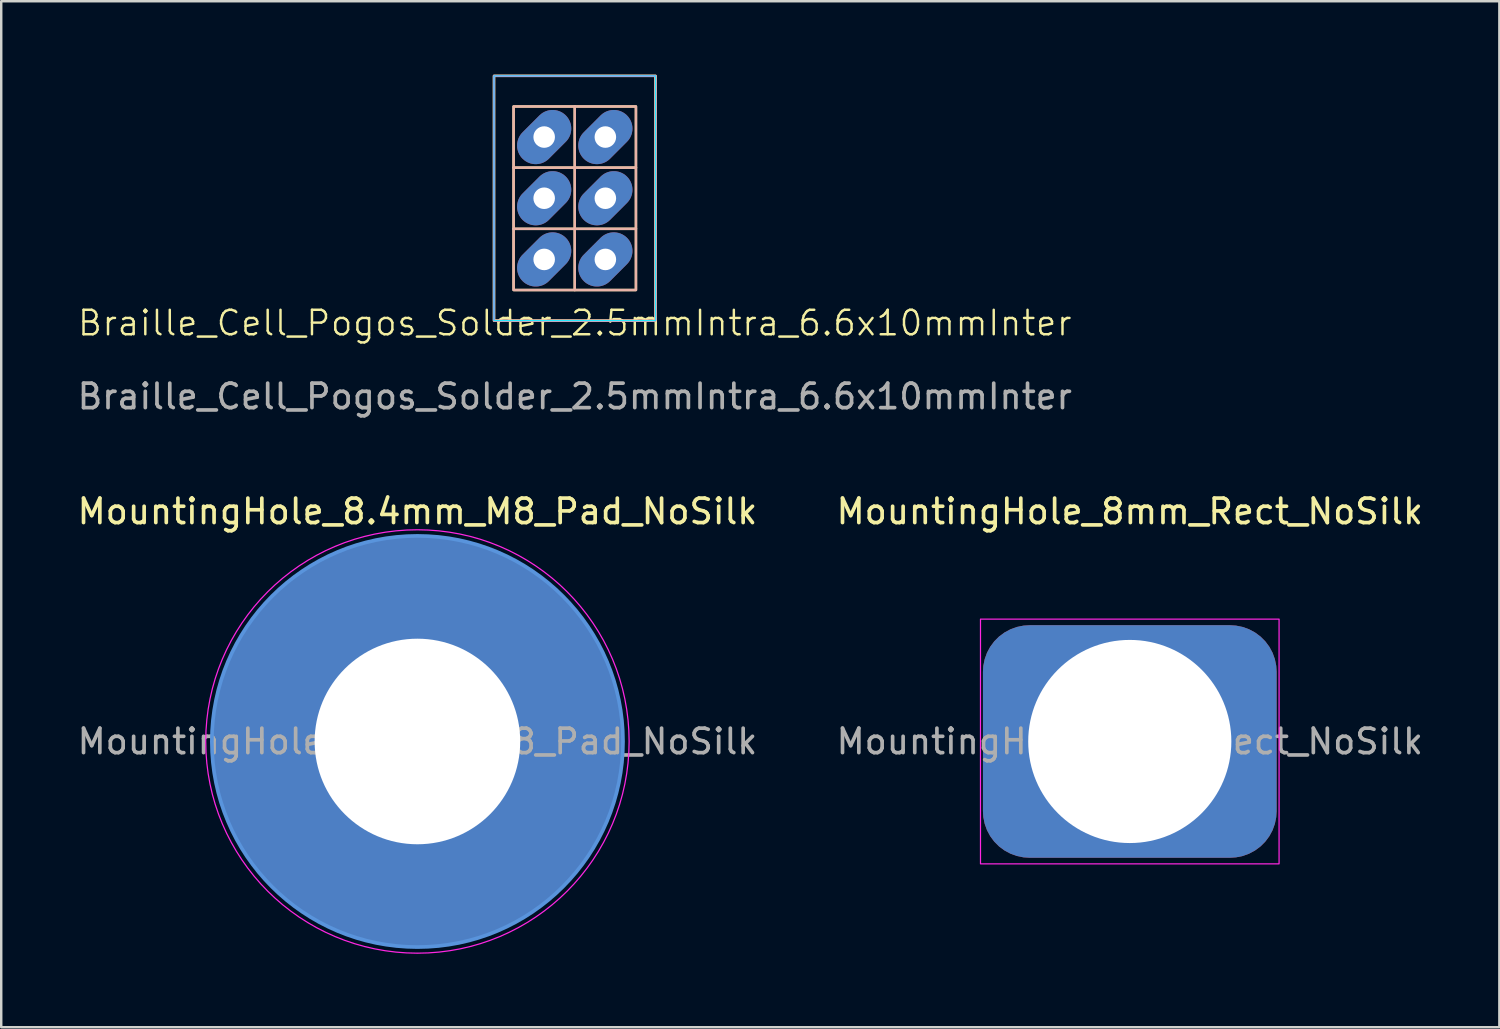
<source format=kicad_pcb>
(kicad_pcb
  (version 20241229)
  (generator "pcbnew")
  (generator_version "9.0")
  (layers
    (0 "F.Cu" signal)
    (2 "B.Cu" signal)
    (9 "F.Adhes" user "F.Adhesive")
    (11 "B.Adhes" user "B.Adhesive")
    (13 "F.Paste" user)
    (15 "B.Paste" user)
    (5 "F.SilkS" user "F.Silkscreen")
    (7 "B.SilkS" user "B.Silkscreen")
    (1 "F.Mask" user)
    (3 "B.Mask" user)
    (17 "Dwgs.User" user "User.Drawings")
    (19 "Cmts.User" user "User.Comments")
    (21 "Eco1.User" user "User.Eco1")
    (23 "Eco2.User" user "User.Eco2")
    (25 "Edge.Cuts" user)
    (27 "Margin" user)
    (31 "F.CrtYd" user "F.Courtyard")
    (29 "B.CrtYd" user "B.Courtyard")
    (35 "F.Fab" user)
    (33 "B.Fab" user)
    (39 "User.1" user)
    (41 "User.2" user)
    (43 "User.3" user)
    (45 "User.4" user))
  (footprint "MountingHole_8.4mm_M8_Pad_NoSilk"
    (layer "F.Cu")
    (at 14.006 27.247)
    (property "Reference" "MountingHole_8.4mm_M8_Pad_NoSilk" (at 0 -9.4 0) (layer "F.SilkS") (effects (font (size 1 1) (thickness 0.15))))
    (attr exclude_from_pos_files exclude_from_bom)
    (fp_circle (center 0 0) (end 8.4 0) (stroke (width 0.15) (type solid)) (fill no) (layer "Cmts.User"))
    (fp_circle (center 0 0) (end 8.65 0) (stroke (width 0.05) (type solid)) (fill no) (layer "F.CrtYd"))
    (fp_text user "${REFERENCE}" (at 0 0 0) (layer "F.Fab") (effects (font (size 1 1) (thickness 0.15))))
    (pad "1" thru_hole circle (at 0 0) (size 16.8 16.8) (drill 8.4) (layers "*.Cu" "*.Mask")))
  (footprint "MountingHole_8mm_Rect_NoSilk"
    (layer "F.Cu")
    (at 43.113 27.247)
    (property "Reference" "MountingHole_8mm_Rect_NoSilk" (at 0 -9.4 0) (layer "F.SilkS") (effects (font (size 1 1) (thickness 0.15))))
    (attr exclude_from_pos_files exclude_from_bom)
    (fp_rect (start -6.1 -5) (end 6.1 5) (stroke (width 0.05) (type default)) (fill no) (layer "F.CrtYd"))
    (fp_text user "${REFERENCE}" (at 0 0 0) (layer "F.Fab") (effects (font (size 1 1) (thickness 0.15))))
    (pad "1" thru_hole roundrect (at 0 0) (size 12 9.5) (drill 8.3) (layers "*.Cu" "*.Mask") (roundrect_rratio 0.2)))
  (footprint "Braille_Cell_Pogos_Solder_2.5mmIntra_6.6x10mmInter"
    (layer "F.Cu")
    (at 20.435 5.05)
    (property "Reference" "Braille_Cell_Pogos_Solder_2.5mmIntra_6.6x10mmInter" (at 0 5.1 0) (unlocked yes) (layer "F.SilkS") (effects (font (size 1 1) (thickness 0.1))))
    (attr through_hole)
    (fp_line (start -2.5 -1.25) (end 2.5 -1.25) (stroke (width 0.1) (type default)) (layer "F.SilkS"))
    (fp_line (start -2.5 1.25) (end 2.5 1.25) (stroke (width 0.1) (type default)) (layer "F.SilkS"))
    (fp_line (start 0 -3.75) (end 0 3.75) (stroke (width 0.1) (type default)) (layer "F.SilkS"))
    (fp_rect (start -3.3 -5) (end 3.3 5) (stroke (width 0.1) (type default)) (fill no) (layer "F.SilkS"))
    (fp_rect (start -2.5 -3.75) (end 2.5 3.75) (stroke (width 0.1) (type default)) (fill no) (layer "F.SilkS"))
    (fp_line (start 0 -3.75) (end 0 3.75) (stroke (width 0.1) (type default)) (layer "B.SilkS"))
    (fp_line (start 2.5 -1.25) (end -2.5 -1.25) (stroke (width 0.1) (type default)) (layer "B.SilkS"))
    (fp_line (start 2.5 1.25) (end -2.5 1.25) (stroke (width 0.1) (type default)) (layer "B.SilkS"))
    (fp_rect (start -3.3 -5) (end 3.3 5) (stroke (width 0.1) (type default)) (fill no) (layer "B.SilkS"))
    (fp_rect (start -2.5 -3.75) (end 2.5 3.75) (stroke (width 0.1) (type default)) (fill no) (layer "B.SilkS"))
    (fp_rect (start -3.3 -5) (end 3.3 5) (stroke (width 0.05) (type default)) (fill no) (layer "B.CrtYd"))
    (fp_rect (start -3.3 -5) (end 3.3 5) (stroke (width 0.05) (type default)) (fill no) (layer "F.CrtYd"))
    (fp_text user "${REFERENCE}" (at 0 8.1 0) (unlocked yes) (layer "F.Fab") (effects (font (size 1 1) (thickness 0.15))))
    (pad "1" thru_hole oval (at -1.25 -2.5 45) (size 2.5 1.524) (drill 0.88) (layers "*.Cu" "*.Mask"))
    (pad "2" thru_hole oval (at -1.25 0 45) (size 2.5 1.524) (drill 0.88) (layers "*.Cu" "*.Mask"))
    (pad "3" thru_hole oval (at -1.25 2.5 45) (size 2.5 1.524) (drill 0.88) (layers "*.Cu" "*.Mask"))
    (pad "4" thru_hole oval (at 1.25 -2.5 45) (size 2.5 1.524) (drill 0.88) (layers "*.Cu" "*.Mask"))
    (pad "5" thru_hole oval (at 1.25 0 45) (size 2.5 1.524) (drill 0.88) (layers "*.Cu" "*.Mask"))
    (pad "6" thru_hole oval (at 1.25 2.5 45) (size 2.5 1.524) (drill 0.88) (layers "*.Cu" "*.Mask")))
  (gr_rect
    (start -3 -3)
    (end 58.214 38.922)
    (stroke (width 0.1) (type default))
    (fill no)
    (layer "Edge.Cuts")))
</source>
